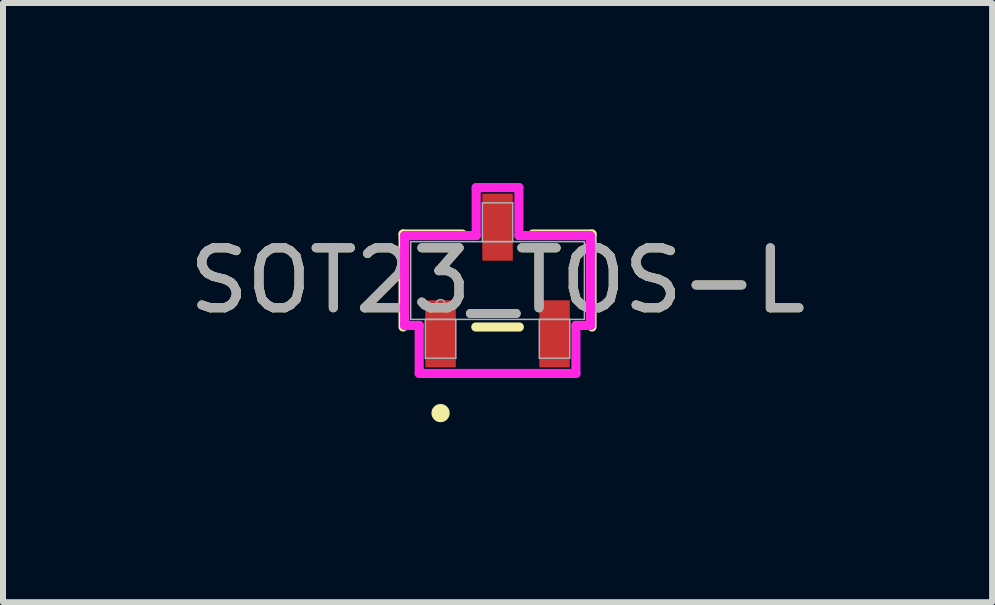
<source format=kicad_pcb>
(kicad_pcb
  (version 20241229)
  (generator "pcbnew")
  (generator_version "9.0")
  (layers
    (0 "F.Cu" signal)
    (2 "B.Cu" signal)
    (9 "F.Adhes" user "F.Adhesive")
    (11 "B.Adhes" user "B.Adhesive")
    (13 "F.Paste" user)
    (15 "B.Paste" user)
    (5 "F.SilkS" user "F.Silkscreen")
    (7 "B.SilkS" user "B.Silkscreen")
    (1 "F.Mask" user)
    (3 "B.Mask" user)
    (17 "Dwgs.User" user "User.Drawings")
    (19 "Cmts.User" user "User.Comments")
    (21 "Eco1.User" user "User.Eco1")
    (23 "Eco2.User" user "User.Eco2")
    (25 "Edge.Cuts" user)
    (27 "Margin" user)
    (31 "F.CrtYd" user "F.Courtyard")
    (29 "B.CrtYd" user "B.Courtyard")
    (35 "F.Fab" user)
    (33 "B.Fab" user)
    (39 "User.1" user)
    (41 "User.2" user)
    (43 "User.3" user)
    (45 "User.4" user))
  (footprint "SOT23_TOS-L"
    (layer "F.Cu")
    (at 5.244 1.626)
    (property "Reference" "SOT23_TOS-L" (at 0 0 0) (unlocked yes) (layer "F.SilkS") (effects (font (size 1 1) (thickness 0.15))))
    (attr smd)
    (fp_line (start -1.575 -0.775) (end -1.575 0.775) (stroke (width 0.152) (type solid)) (layer "F.SilkS"))
    (fp_line (start -0.587 -0.775) (end -1.575 -0.775) (stroke (width 0.152) (type solid)) (layer "F.SilkS"))
    (fp_line (start -0.363 0.775) (end 0.363 0.775) (stroke (width 0.152) (type solid)) (layer "F.SilkS"))
    (fp_line (start 1.575 -0.775) (end 0.587 -0.775) (stroke (width 0.152) (type solid)) (layer "F.SilkS"))
    (fp_line (start 1.575 0.775) (end 1.575 -0.775) (stroke (width 0.152) (type solid)) (layer "F.SilkS"))
    (fp_circle (center -0.95 2.21) (end -0.874 2.21) (stroke (width 0.152) (type solid)) (fill no) (layer "F.SilkS"))
    (fp_line (start -1.549 -0.749) (end -0.356 -0.749) (stroke (width 0.152) (type solid)) (layer "F.CrtYd"))
    (fp_line (start -1.549 0.749) (end -1.549 -0.749) (stroke (width 0.152) (type solid)) (layer "F.CrtYd"))
    (fp_line (start -1.549 0.749) (end -1.306 0.749) (stroke (width 0.152) (type solid)) (layer "F.CrtYd"))
    (fp_line (start -1.306 0.749) (end -1.306 1.549) (stroke (width 0.152) (type solid)) (layer "F.CrtYd"))
    (fp_line (start -1.306 1.549) (end 1.306 1.549) (stroke (width 0.152) (type solid)) (layer "F.CrtYd"))
    (fp_line (start -0.356 -1.549) (end 0.356 -1.549) (stroke (width 0.152) (type solid)) (layer "F.CrtYd"))
    (fp_line (start -0.356 -0.749) (end -0.356 -1.549) (stroke (width 0.152) (type solid)) (layer "F.CrtYd"))
    (fp_line (start 0.356 -0.749) (end 0.356 -1.549) (stroke (width 0.152) (type solid)) (layer "F.CrtYd"))
    (fp_line (start 1.306 0.749) (end 1.306 1.549) (stroke (width 0.152) (type solid)) (layer "F.CrtYd"))
    (fp_line (start 1.549 -0.749) (end 0.356 -0.749) (stroke (width 0.152) (type solid)) (layer "F.CrtYd"))
    (fp_line (start 1.549 -0.749) (end 1.549 0.749) (stroke (width 0.152) (type solid)) (layer "F.CrtYd"))
    (fp_line (start 1.549 0.749) (end 1.306 0.749) (stroke (width 0.152) (type solid)) (layer "F.CrtYd"))
    (fp_line (start -1.448 -0.648) (end -1.448 0.648) (stroke (width 0.025) (type solid)) (layer "F.Fab"))
    (fp_line (start -1.448 0.648) (end 1.448 0.648) (stroke (width 0.025) (type solid)) (layer "F.Fab"))
    (fp_line (start -1.204 0.648) (end -1.204 1.295) (stroke (width 0.025) (type solid)) (layer "F.Fab"))
    (fp_line (start -1.204 1.295) (end -0.696 1.295) (stroke (width 0.025) (type solid)) (layer "F.Fab"))
    (fp_line (start -0.696 0.648) (end -1.204 0.648) (stroke (width 0.025) (type solid)) (layer "F.Fab"))
    (fp_line (start -0.696 1.295) (end -0.696 0.648) (stroke (width 0.025) (type solid)) (layer "F.Fab"))
    (fp_line (start -0.254 -1.295) (end -0.254 -0.648) (stroke (width 0.025) (type solid)) (layer "F.Fab"))
    (fp_line (start -0.254 -0.648) (end 0.254 -0.648) (stroke (width 0.025) (type solid)) (layer "F.Fab"))
    (fp_line (start 0.254 -1.295) (end -0.254 -1.295) (stroke (width 0.025) (type solid)) (layer "F.Fab"))
    (fp_line (start 0.254 -0.648) (end 0.254 -1.295) (stroke (width 0.025) (type solid)) (layer "F.Fab"))
    (fp_line (start 0.696 0.648) (end 0.696 1.295) (stroke (width 0.025) (type solid)) (layer "F.Fab"))
    (fp_line (start 0.696 1.295) (end 1.204 1.295) (stroke (width 0.025) (type solid)) (layer "F.Fab"))
    (fp_line (start 1.204 0.648) (end 0.696 0.648) (stroke (width 0.025) (type solid)) (layer "F.Fab"))
    (fp_line (start 1.204 1.295) (end 1.204 0.648) (stroke (width 0.025) (type solid)) (layer "F.Fab"))
    (fp_line (start 1.448 -0.648) (end -1.448 -0.648) (stroke (width 0.025) (type solid)) (layer "F.Fab"))
    (fp_line (start 1.448 0.648) (end 1.448 -0.648) (stroke (width 0.025) (type solid)) (layer "F.Fab"))
    (fp_circle (center -0.95 0.394) (end -0.874 0.394) (stroke (width 0.025) (type solid)) (fill no) (layer "F.Fab"))
    (fp_text user "${REFERENCE}" (at 0 0 0) (unlocked yes) (layer "F.Fab") (effects (font (size 1 1) (thickness 0.15))))
    (pad "1" smd rect (at -0.95 0.889) (size 0.508 1.118) (layers "F.Cu" "F.Mask" "F.Paste"))
    (pad "2" smd rect (at 0.95 0.889) (size 0.508 1.118) (layers "F.Cu" "F.Mask" "F.Paste"))
    (pad "3" smd rect (at 0 -0.889) (size 0.508 1.118) (layers "F.Cu" "F.Mask" "F.Paste")))
  (gr_rect
    (start -3 -3)
    (end 13.488 6.988)
    (stroke (width 0.1) (type default))
    (fill no)
    (layer "Edge.Cuts")))
</source>
